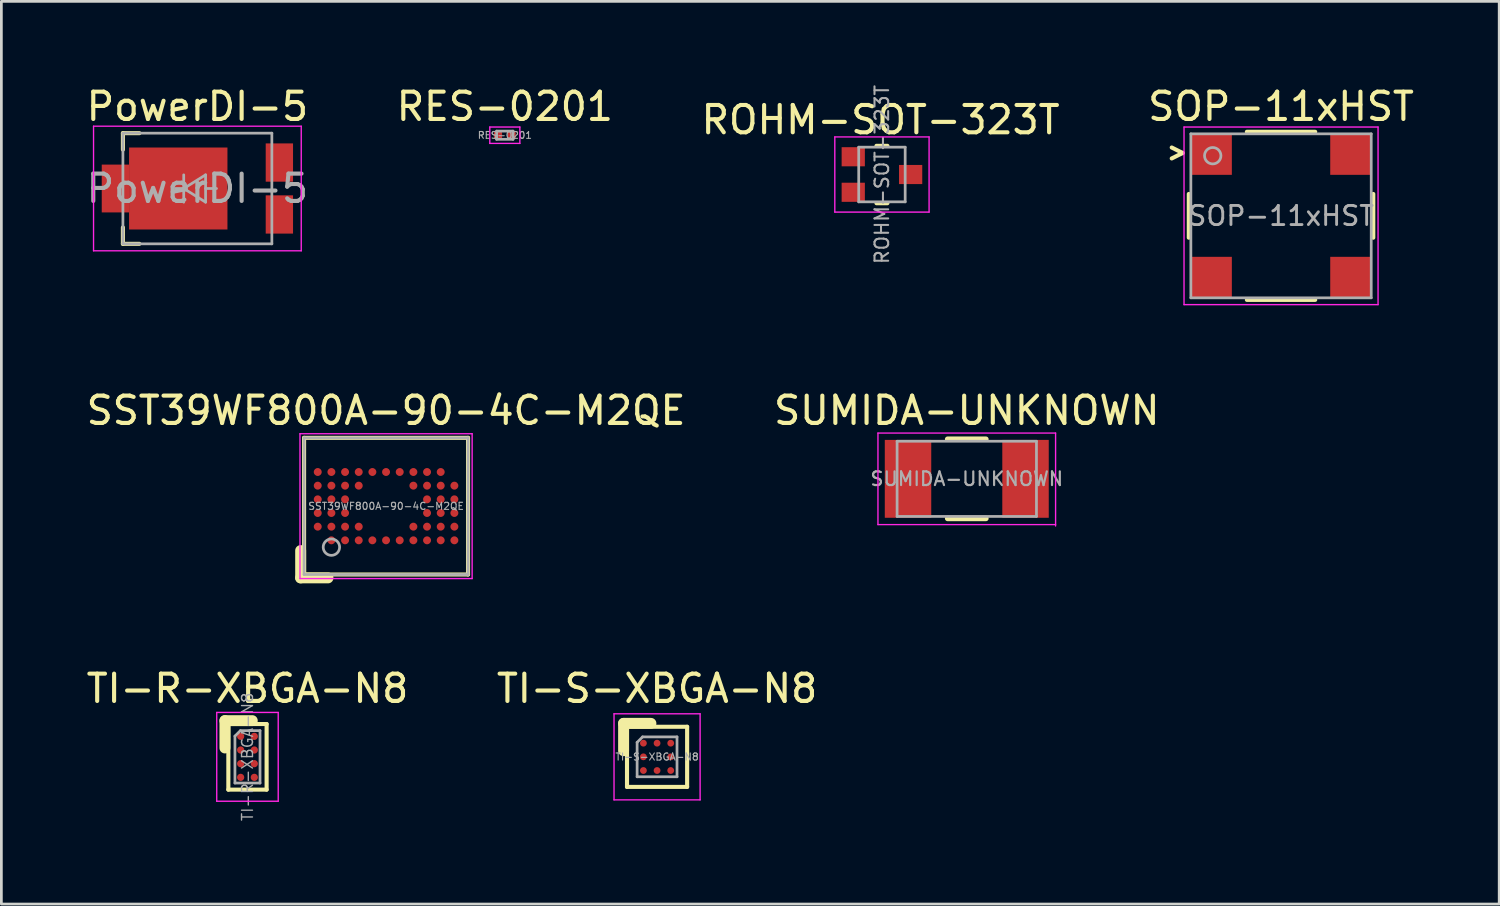
<source format=kicad_pcb>
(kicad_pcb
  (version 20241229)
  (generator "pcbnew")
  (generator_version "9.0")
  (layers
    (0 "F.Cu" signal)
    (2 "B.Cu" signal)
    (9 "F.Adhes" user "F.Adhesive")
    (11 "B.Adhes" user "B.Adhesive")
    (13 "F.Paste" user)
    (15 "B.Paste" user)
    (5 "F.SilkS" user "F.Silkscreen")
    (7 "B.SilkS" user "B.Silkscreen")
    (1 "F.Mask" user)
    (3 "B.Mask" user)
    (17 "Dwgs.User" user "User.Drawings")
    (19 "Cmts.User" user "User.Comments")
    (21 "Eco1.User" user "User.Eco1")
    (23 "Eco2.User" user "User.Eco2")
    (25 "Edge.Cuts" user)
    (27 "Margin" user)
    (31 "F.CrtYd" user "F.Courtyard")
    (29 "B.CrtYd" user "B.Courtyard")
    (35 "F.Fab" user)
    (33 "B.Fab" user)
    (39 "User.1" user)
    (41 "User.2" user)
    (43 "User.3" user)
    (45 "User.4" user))
  (footprint "SUMIDA-UNKNOWN"
    (layer "F.Cu")
    (at 32.327 14.472)
    (property "Reference" "SUMIDA-UNKNOWN" (at 0 -2.5 0) (layer "F.SilkS") (effects (font (size 1 1) (thickness 0.15))))
    (attr smd)
    (fp_line (start -0.7 -1.45) (end 0.7 -1.45) (stroke (width 0.2) (type default)) (layer "F.SilkS"))
    (fp_line (start -0.7 1.45) (end 0.7 1.45) (stroke (width 0.2) (type default)) (layer "F.SilkS"))
    (fp_line (start -3.25 -1.675) (end 3.25 -1.675) (stroke (width 0.05) (type solid)) (layer "F.CrtYd"))
    (fp_line (start -3.25 1.675) (end -3.25 -1.675) (stroke (width 0.05) (type solid)) (layer "F.CrtYd"))
    (fp_line (start 3.25 -1.675) (end 3.25 1.725) (stroke (width 0.05) (type solid)) (layer "F.CrtYd"))
    (fp_line (start 3.25 1.675) (end -3.25 1.675) (stroke (width 0.05) (type solid)) (layer "F.CrtYd"))
    (fp_line (start -2.55 -1.375) (end -2.55 1.375) (stroke (width 0.1) (type solid)) (layer "F.Fab"))
    (fp_line (start -2.55 -1.375) (end 2.55 -1.375) (stroke (width 0.1) (type solid)) (layer "F.Fab"))
    (fp_line (start -2.55 1.375) (end 2.55 1.375) (stroke (width 0.1) (type solid)) (layer "F.Fab"))
    (fp_line (start 2.55 -1.375) (end 2.55 1.375) (stroke (width 0.1) (type solid)) (layer "F.Fab"))
    (fp_text user "${REFERENCE}" (at 0 0 0) (layer "F.Fab") (effects (font (size 0.5 0.5) (thickness 0.08))))
    (pad "1" smd rect (at -2.15 0) (size 1.7 2.85) (layers "F.Cu" "F.Mask" "F.Paste"))
    (pad "2" smd rect (at 2.15 0) (size 1.7 2.85) (layers "F.Cu" "F.Mask" "F.Paste")))
  (footprint "PowerDI-5"
    (layer "F.Cu")
    (at 4.173 3.848)
    (property "Reference" "PowerDI-5" (at 0 -3 0) (layer "F.SilkS") (effects (font (size 1 1) (thickness 0.15))))
    (attr smd)
    (fp_line (start -2.725 -1.425) (end -2.725 -2.025) (stroke (width 0.15) (type solid)) (layer "F.SilkS"))
    (fp_line (start -2.725 1.425) (end -2.725 2.025) (stroke (width 0.15) (type solid)) (layer "F.SilkS"))
    (fp_line (start -2.125 -2.025) (end -2.725 -2.025) (stroke (width 0.15) (type solid)) (layer "F.SilkS"))
    (fp_line (start -2.125 2.025) (end -2.725 2.025) (stroke (width 0.15) (type solid)) (layer "F.SilkS"))
    (fp_line (start -3.8 -2.28) (end 3.8 -2.28) (stroke (width 0.05) (type solid)) (layer "F.CrtYd"))
    (fp_line (start -3.8 2.28) (end -3.8 -2.28) (stroke (width 0.05) (type solid)) (layer "F.CrtYd"))
    (fp_line (start 3.8 -2.28) (end 3.8 2.28) (stroke (width 0.05) (type solid)) (layer "F.CrtYd"))
    (fp_line (start 3.8 2.28) (end -3.8 2.28) (stroke (width 0.05) (type solid)) (layer "F.CrtYd"))
    (fp_line (start -2.725 -2.025) (end 2.725 -2.025) (stroke (width 0.1) (type solid)) (layer "F.Fab"))
    (fp_line (start -2.725 2.025) (end -2.725 -2.025) (stroke (width 0.1) (type solid)) (layer "F.Fab"))
    (fp_line (start -0.8 0) (end -0.5 0) (stroke (width 0.1) (type solid)) (layer "F.Fab"))
    (fp_line (start -0.5 0) (end -0.5 -0.5) (stroke (width 0.1) (type solid)) (layer "F.Fab"))
    (fp_line (start -0.5 0) (end -0.5 0.5) (stroke (width 0.1) (type solid)) (layer "F.Fab"))
    (fp_line (start -0.5 0) (end 0.3 0.5) (stroke (width 0.1) (type solid)) (layer "F.Fab"))
    (fp_line (start 0.3 -0.5) (end -0.5 0) (stroke (width 0.1) (type solid)) (layer "F.Fab"))
    (fp_line (start 0.3 0) (end 0.7 0) (stroke (width 0.1) (type solid)) (layer "F.Fab"))
    (fp_line (start 0.3 0.5) (end 0.3 -0.5) (stroke (width 0.1) (type solid)) (layer "F.Fab"))
    (fp_line (start 2.725 -2.025) (end 2.725 2.025) (stroke (width 0.1) (type solid)) (layer "F.Fab"))
    (fp_line (start 2.725 2.025) (end -2.725 2.025) (stroke (width 0.1) (type solid)) (layer "F.Fab"))
    (fp_text user "${REFERENCE}" (at 0 0 0) (layer "F.Fab") (effects (font (size 1 1) (thickness 0.15))))
    (pad "A" smd rect (at 3 -0.95) (size 1 1.4) (layers "F.Cu" "F.Mask" "F.Paste"))
    (pad "A" smd rect (at 3 0.95) (size 1 1.4) (layers "F.Cu" "F.Mask" "F.Paste"))
    (pad "K" smd rect (at -3 0) (size 1 1.75) (layers "F.Cu" "F.Mask" "F.Paste"))
    (pad "K" smd rect (at -0.7 0) (size 3.6 3) (layers "F.Cu" "F.Mask" "F.Paste")))
  (footprint "RES-0201"
    (layer "F.Cu")
    (at 15.423 1.898)
    (property "Reference" "RES-0201" (at 0 -1.05 0) (layer "F.SilkS") (effects (font (size 1 1) (thickness 0.15))))
    (attr smd)
    (fp_line (start -0.55 -0.3) (end 0.55 -0.3) (stroke (width 0.05) (type solid)) (layer "F.CrtYd"))
    (fp_line (start -0.55 0.3) (end -0.55 -0.3) (stroke (width 0.05) (type solid)) (layer "F.CrtYd"))
    (fp_line (start 0.55 -0.3) (end 0.55 0.3) (stroke (width 0.05) (type solid)) (layer "F.CrtYd"))
    (fp_line (start 0.55 0.3) (end -0.55 0.3) (stroke (width 0.05) (type solid)) (layer "F.CrtYd"))
    (fp_line (start -0.3 -0.15) (end 0.3 -0.15) (stroke (width 0.1) (type solid)) (layer "F.Fab"))
    (fp_line (start -0.3 0.15) (end -0.3 -0.15) (stroke (width 0.1) (type solid)) (layer "F.Fab"))
    (fp_line (start 0.3 -0.15) (end 0.3 0.15) (stroke (width 0.1) (type solid)) (layer "F.Fab"))
    (fp_line (start 0.3 0.15) (end -0.3 0.15) (stroke (width 0.1) (type solid)) (layer "F.Fab"))
    (fp_text user "${REFERENCE}" (at 0 0 0) (layer "F.Fab") (effects (font (size 0.25 0.25) (thickness 0.04))))
    (pad "1" smd roundrect (at -0.25 0) (size 0.3 0.3) (layers "F.Cu" "F.Mask" "F.Paste") (roundrect_rratio 0.25))
    (pad "2" smd roundrect (at 0.25 0) (size 0.3 0.3) (layers "F.Cu" "F.Mask" "F.Paste") (roundrect_rratio 0.25)))
  (footprint "SOP-11xHST"
    (layer "F.Cu")
    (at 43.827 4.848)
    (property "Reference" "SOP-11xHST" (at 0 -4 0) (layer "F.SilkS") (effects (font (size 1 1) (thickness 0.15))))
    (attr smd)
    (fp_line (start -4 -2.1) (end -3.6 -2.3) (stroke (width 0.15) (type default)) (layer "F.SilkS"))
    (fp_line (start -3.6 -2.3) (end -4 -2.5) (stroke (width 0.15) (type default)) (layer "F.SilkS"))
    (fp_line (start -3.375 -0.8) (end -3.375 0.8) (stroke (width 0.15) (type solid)) (layer "F.SilkS"))
    (fp_line (start 1.25 -3.075) (end -1.25 -3.075) (stroke (width 0.15) (type solid)) (layer "F.SilkS"))
    (fp_line (start 1.25 3.075) (end -1.25 3.075) (stroke (width 0.15) (type solid)) (layer "F.SilkS"))
    (fp_line (start 3.375 -0.8) (end 3.375 0.8) (stroke (width 0.15) (type solid)) (layer "F.SilkS"))
    (fp_line (start -3.55 -3.25) (end -3.55 3.25) (stroke (width 0.05) (type solid)) (layer "F.CrtYd"))
    (fp_line (start -3.55 3.25) (end 3.55 3.25) (stroke (width 0.05) (type solid)) (layer "F.CrtYd"))
    (fp_line (start 3.55 -3.25) (end -3.55 -3.25) (stroke (width 0.05) (type solid)) (layer "F.CrtYd"))
    (fp_line (start 3.55 3.25) (end 3.55 -3.25) (stroke (width 0.05) (type solid)) (layer "F.CrtYd"))
    (fp_line (start -3.3 -3) (end -3.3 3) (stroke (width 0.1) (type solid)) (layer "F.Fab"))
    (fp_line (start -3.3 3) (end 3.3 3) (stroke (width 0.1) (type solid)) (layer "F.Fab"))
    (fp_line (start 3.3 -3) (end -3.3 -3) (stroke (width 0.1) (type solid)) (layer "F.Fab"))
    (fp_line (start 3.3 3) (end 3.3 -3) (stroke (width 0.1) (type solid)) (layer "F.Fab"))
    (fp_circle (center -2.5 -2.2) (end -2.2 -2.2) (stroke (width 0.1) (type default)) (fill no) (layer "F.Fab"))
    (fp_text user "${REFERENCE}" (at 0 0 0) (layer "F.Fab") (effects (font (size 0.7 0.7) (thickness 0.105))))
    (pad "1" smd rect (at -2.55 -2.25) (size 1.5 1.5) (layers "F.Cu" "F.Mask" "F.Paste"))
    (pad "2" smd rect (at -2.55 2.25) (size 1.5 1.5) (layers "F.Cu" "F.Mask" "F.Paste"))
    (pad "3" smd rect (at 2.55 -2.25) (size 1.5 1.5) (layers "F.Cu" "F.Mask" "F.Paste"))
    (pad "4" smd rect (at 2.55 2.25) (size 1.5 1.5) (layers "F.Cu" "F.Mask" "F.Paste")))
  (footprint "TI-S-XBGA-N8"
    (layer "F.Cu")
    (at 20.994 24.645)
    (property "Reference" "TI-S-XBGA-N8" (at 0 -2.5 0) (layer "F.SilkS") (effects (font (size 1 1) (thickness 0.15))))
    (attr smd)
    (fp_line (start -1.225 -1.225) (end -1.225 -0.225) (stroke (width 0.4) (type solid)) (layer "F.SilkS"))
    (fp_line (start -1.225 -1.225) (end -0.225 -1.225) (stroke (width 0.4) (type solid)) (layer "F.SilkS"))
    (fp_line (start -1.1 -1.1) (end 1.1 -1.1) (stroke (width 0.15) (type solid)) (layer "F.SilkS"))
    (fp_line (start -1.1 1.1) (end -1.1 -1.1) (stroke (width 0.15) (type solid)) (layer "F.SilkS"))
    (fp_line (start -1.1 1.1) (end 1.1 1.1) (stroke (width 0.15) (type solid)) (layer "F.SilkS"))
    (fp_line (start 1.1 1.1) (end 1.1 -1.1) (stroke (width 0.15) (type solid)) (layer "F.SilkS"))
    (fp_line (start -1.575 -1.575) (end 1.575 -1.575) (stroke (width 0.05) (type solid)) (layer "F.CrtYd"))
    (fp_line (start -1.575 1.575) (end -1.575 -1.575) (stroke (width 0.05) (type solid)) (layer "F.CrtYd"))
    (fp_line (start 1.575 -1.575) (end 1.575 1.575) (stroke (width 0.05) (type solid)) (layer "F.CrtYd"))
    (fp_line (start 1.575 1.575) (end -1.575 1.575) (stroke (width 0.05) (type solid)) (layer "F.CrtYd"))
    (fp_line (start -0.73 -0.53) (end -0.53 -0.73) (stroke (width 0.1) (type default)) (layer "F.Fab"))
    (fp_line (start -0.73 0.73) (end -0.73 -0.53) (stroke (width 0.1) (type solid)) (layer "F.Fab"))
    (fp_line (start 0.73 -0.73) (end -0.53 -0.73) (stroke (width 0.1) (type solid)) (layer "F.Fab"))
    (fp_line (start 0.73 0.73) (end -0.73 0.73) (stroke (width 0.1) (type solid)) (layer "F.Fab"))
    (fp_line (start 0.73 0.73) (end 0.73 -0.73) (stroke (width 0.1) (type solid)) (layer "F.Fab"))
    (fp_text user "${REFERENCE}" (at 0 0 0) (layer "F.Fab") (effects (font (size 0.26 0.26) (thickness 0.04))))
    (pad "A1" smd circle (at -0.5 -0.5) (size 0.25 0.25) (layers "F.Cu" "F.Mask" "F.Paste"))
    (pad "A2" smd circle (at 0 -0.5) (size 0.25 0.25) (layers "F.Cu" "F.Mask" "F.Paste"))
    (pad "A3" smd circle (at 0.5 -0.5) (size 0.25 0.25) (layers "F.Cu" "F.Mask" "F.Paste"))
    (pad "B1" smd circle (at -0.5 0) (size 0.25 0.25) (layers "F.Cu" "F.Mask" "F.Paste"))
    (pad "B3" smd circle (at 0.5 0) (size 0.25 0.25) (layers "F.Cu" "F.Mask" "F.Paste"))
    (pad "C1" smd circle (at -0.5 0.5) (size 0.25 0.25) (layers "F.Cu" "F.Mask" "F.Paste"))
    (pad "C2" smd circle (at 0 0.5) (size 0.25 0.25) (layers "F.Cu" "F.Mask" "F.Paste"))
    (pad "C3" smd circle (at 0.5 0.5) (size 0.25 0.25) (layers "F.Cu" "F.Mask" "F.Paste")))
  (footprint "ROHM-SOT-323T"
    (layer "F.Cu")
    (at 29.223 3.336)
    (property "Reference" "ROHM-SOT-323T" (at -0.05 -2 0) (layer "F.SilkS") (effects (font (size 1 1) (thickness 0.15))))
    (attr smd)
    (fp_line (start -0.2 1.05) (end 0.2 1.05) (stroke (width 0.15) (type solid)) (layer "F.SilkS"))
    (fp_line (start 0.2 -1.05) (end -0.2 -1.05) (stroke (width 0.15) (type solid)) (layer "F.SilkS"))
    (fp_line (start -1.725 -1.375) (end 1.725 -1.375) (stroke (width 0.05) (type solid)) (layer "F.CrtYd"))
    (fp_line (start -1.725 1.375) (end -1.725 -1.375) (stroke (width 0.05) (type solid)) (layer "F.CrtYd"))
    (fp_line (start 1.725 -1.375) (end 1.725 1.375) (stroke (width 0.05) (type solid)) (layer "F.CrtYd"))
    (fp_line (start 1.725 1.375) (end -1.725 1.375) (stroke (width 0.05) (type solid)) (layer "F.CrtYd"))
    (fp_line (start -0.85 -1) (end -0.85 1) (stroke (width 0.1) (type solid)) (layer "F.Fab"))
    (fp_line (start 0.85 -1) (end -0.85 -1) (stroke (width 0.1) (type solid)) (layer "F.Fab"))
    (fp_line (start 0.85 -1) (end 0.85 1) (stroke (width 0.1) (type solid)) (layer "F.Fab"))
    (fp_line (start 0.85 1) (end -0.85 1) (stroke (width 0.1) (type solid)) (layer "F.Fab"))
    (fp_text user "${REFERENCE}" (at 0 0 90) (layer "F.Fab") (effects (font (size 0.5 0.5) (thickness 0.075))))
    (pad "1" smd rect (at -1.05 -0.65 90) (size 0.7 0.85) (layers "F.Cu" "F.Mask" "F.Paste"))
    (pad "2" smd rect (at -1.05 0.65 90) (size 0.7 0.85) (layers "F.Cu" "F.Mask" "F.Paste"))
    (pad "3" smd rect (at 1.05 0 90) (size 0.7 0.85) (layers "F.Cu" "F.Mask" "F.Paste")))
  (footprint "SST39WF800A-90-4C-M2QE"
    (layer "F.Cu")
    (at 11.077 15.472)
    (property "Reference" "SST39WF800A-90-4C-M2QE" (at 0 -3.5 0) (layer "F.SilkS") (effects (font (size 1 1) (thickness 0.15))))
    (attr smd)
    (fp_line (start -3.125 2.625) (end -3.125 1.625) (stroke (width 0.4) (type solid)) (layer "F.SilkS"))
    (fp_line (start -3.125 2.625) (end -2.125 2.625) (stroke (width 0.4) (type solid)) (layer "F.SilkS"))
    (fp_line (start -3 -2.5) (end 3 -2.5) (stroke (width 0.15) (type solid)) (layer "F.SilkS"))
    (fp_line (start -3 2.5) (end -3 -2.5) (stroke (width 0.15) (type solid)) (layer "F.SilkS"))
    (fp_line (start -3 2.5) (end 3 2.5) (stroke (width 0.15) (type solid)) (layer "F.SilkS"))
    (fp_line (start 3 2.5) (end 3 -2.5) (stroke (width 0.15) (type solid)) (layer "F.SilkS"))
    (fp_line (start -3.15 -2.65) (end 3.15 -2.65) (stroke (width 0.05) (type solid)) (layer "F.CrtYd"))
    (fp_line (start -3.15 2.65) (end -3.15 -2.65) (stroke (width 0.05) (type solid)) (layer "F.CrtYd"))
    (fp_line (start -3.15 2.65) (end 3.15 2.65) (stroke (width 0.05) (type solid)) (layer "F.CrtYd"))
    (fp_line (start 3.15 -2.65) (end 3.15 2.65) (stroke (width 0.05) (type solid)) (layer "F.CrtYd"))
    (fp_line (start -3 -2.5) (end 3 -2.5) (stroke (width 0.1) (type solid)) (layer "F.Fab"))
    (fp_line (start -3 2.5) (end -3 -2.5) (stroke (width 0.1) (type solid)) (layer "F.Fab"))
    (fp_line (start 3 -2.5) (end 3 2.5) (stroke (width 0.1) (type solid)) (layer "F.Fab"))
    (fp_line (start 3 2.5) (end -3 2.5) (stroke (width 0.1) (type solid)) (layer "F.Fab"))
    (fp_circle (center -2 1.5) (end -1.7 1.5) (stroke (width 0.1) (type default)) (fill no) (layer "F.Fab"))
    (fp_text user "${REFERENCE}" (at 0 0 0) (layer "F.Fab") (effects (font (size 0.26 0.26) (thickness 0.04))))
    (pad "A2" smd circle (at -2.5 0.75) (size 0.29 0.29) (layers "F.Cu" "F.Mask" "F.Paste"))
    (pad "A3" smd circle (at -2.5 0.25) (size 0.29 0.29) (layers "F.Cu" "F.Mask" "F.Paste"))
    (pad "A4" smd circle (at -2.5 -0.25) (size 0.29 0.29) (layers "F.Cu" "F.Mask" "F.Paste"))
    (pad "A5" smd circle (at -2.5 -0.75) (size 0.29 0.29) (layers "F.Cu" "F.Mask" "F.Paste"))
    (pad "A6" smd circle (at -2.5 -1.25) (size 0.29 0.29) (layers "F.Cu" "F.Mask" "F.Paste"))
    (pad "B1" smd circle (at -2 1.25) (size 0.29 0.29) (layers "F.Cu" "F.Mask" "F.Paste"))
    (pad "B2" smd circle (at -2 0.75) (size 0.29 0.29) (layers "F.Cu" "F.Mask" "F.Paste"))
    (pad "B3" smd circle (at -2 0.25) (size 0.29 0.29) (layers "F.Cu" "F.Mask" "F.Paste"))
    (pad "B4" smd circle (at -2 -0.25) (size 0.29 0.29) (layers "F.Cu" "F.Mask" "F.Paste"))
    (pad "B5" smd circle (at -2 -0.75) (size 0.29 0.29) (layers "F.Cu" "F.Mask" "F.Paste"))
    (pad "B6" smd circle (at -2 -1.25) (size 0.29 0.29) (layers "F.Cu" "F.Mask" "F.Paste"))
    (pad "C1" smd circle (at -1.5 1.25) (size 0.29 0.29) (layers "F.Cu" "F.Mask" "F.Paste"))
    (pad "C2" smd circle (at -1.5 0.75) (size 0.29 0.29) (layers "F.Cu" "F.Mask" "F.Paste"))
    (pad "C3" smd circle (at -1.5 0.25) (size 0.29 0.29) (layers "F.Cu" "F.Mask" "F.Paste"))
    (pad "C4" smd circle (at -1.5 -0.25) (size 0.29 0.29) (layers "F.Cu" "F.Mask" "F.Paste"))
    (pad "C5" smd circle (at -1.5 -0.75) (size 0.29 0.29) (layers "F.Cu" "F.Mask" "F.Paste"))
    (pad "C6" smd circle (at -1.5 -1.25) (size 0.29 0.29) (layers "F.Cu" "F.Mask" "F.Paste"))
    (pad "D1" smd circle (at -1 1.25) (size 0.29 0.29) (layers "F.Cu" "F.Mask" "F.Paste"))
    (pad "D2" smd circle (at -1 0.75) (size 0.29 0.29) (layers "F.Cu" "F.Mask" "F.Paste"))
    (pad "D5" smd circle (at -1 -0.75) (size 0.29 0.29) (layers "F.Cu" "F.Mask" "F.Paste"))
    (pad "D6" smd circle (at -1 -1.25) (size 0.29 0.29) (layers "F.Cu" "F.Mask" "F.Paste"))
    (pad "E1" smd circle (at -0.5 1.25) (size 0.29 0.29) (layers "F.Cu" "F.Mask" "F.Paste"))
    (pad "E6" smd circle (at -0.5 -1.25) (size 0.29 0.29) (layers "F.Cu" "F.Mask" "F.Paste"))
    (pad "F1" smd circle (at 0 1.25) (size 0.29 0.29) (layers "F.Cu" "F.Mask" "F.Paste"))
    (pad "F6" smd circle (at 0 -1.25) (size 0.29 0.29) (layers "F.Cu" "F.Mask" "F.Paste"))
    (pad "G1" smd circle (at 0.5 1.25) (size 0.29 0.29) (layers "F.Cu" "F.Mask" "F.Paste"))
    (pad "G6" smd circle (at 0.5 -1.25) (size 0.29 0.29) (layers "F.Cu" "F.Mask" "F.Paste"))
    (pad "H1" smd circle (at 1 1.25) (size 0.29 0.29) (layers "F.Cu" "F.Mask" "F.Paste"))
    (pad "H2" smd circle (at 1 0.75) (size 0.29 0.29) (layers "F.Cu" "F.Mask" "F.Paste"))
    (pad "H5" smd circle (at 1 -0.75) (size 0.29 0.29) (layers "F.Cu" "F.Mask" "F.Paste"))
    (pad "H6" smd circle (at 1 -1.25) (size 0.29 0.29) (layers "F.Cu" "F.Mask" "F.Paste"))
    (pad "J1" smd circle (at 1.5 1.25) (size 0.29 0.29) (layers "F.Cu" "F.Mask" "F.Paste"))
    (pad "J2" smd circle (at 1.5 0.75) (size 0.29 0.29) (layers "F.Cu" "F.Mask" "F.Paste"))
    (pad "J3" smd circle (at 1.5 0.25) (size 0.29 0.29) (layers "F.Cu" "F.Mask" "F.Paste"))
    (pad "J4" smd circle (at 1.5 -0.25) (size 0.29 0.29) (layers "F.Cu" "F.Mask" "F.Paste"))
    (pad "J5" smd circle (at 1.5 -0.75) (size 0.29 0.29) (layers "F.Cu" "F.Mask" "F.Paste"))
    (pad "J6" smd circle (at 1.5 -1.25) (size 0.29 0.29) (layers "F.Cu" "F.Mask" "F.Paste"))
    (pad "K1" smd circle (at 2 1.25) (size 0.29 0.29) (layers "F.Cu" "F.Mask" "F.Paste"))
    (pad "K2" smd circle (at 2 0.75) (size 0.29 0.29) (layers "F.Cu" "F.Mask" "F.Paste"))
    (pad "K3" smd circle (at 2 0.25) (size 0.29 0.29) (layers "F.Cu" "F.Mask" "F.Paste"))
    (pad "K4" smd circle (at 2 -0.25) (size 0.29 0.29) (layers "F.Cu" "F.Mask" "F.Paste"))
    (pad "K5" smd circle (at 2 -0.75) (size 0.29 0.29) (layers "F.Cu" "F.Mask" "F.Paste"))
    (pad "K6" smd circle (at 2 -1.25) (size 0.29 0.29) (layers "F.Cu" "F.Mask" "F.Paste"))
    (pad "L1" smd circle (at 2.5 1.25) (size 0.29 0.29) (layers "F.Cu" "F.Mask" "F.Paste"))
    (pad "L2" smd circle (at 2.5 0.75) (size 0.29 0.29) (layers "F.Cu" "F.Mask" "F.Paste"))
    (pad "L3" smd circle (at 2.5 0.25) (size 0.29 0.29) (layers "F.Cu" "F.Mask" "F.Paste"))
    (pad "L4" smd circle (at 2.5 -0.25) (size 0.29 0.29) (layers "F.Cu" "F.Mask" "F.Paste"))
    (pad "L5" smd circle (at 2.5 -0.75) (size 0.29 0.29) (layers "F.Cu" "F.Mask" "F.Paste")))
  (footprint "TI-R-XBGA-N8"
    (layer "F.Cu")
    (at 6.006 24.645)
    (property "Reference" "TI-R-XBGA-N8" (at 0 -2.5 0) (layer "F.SilkS") (effects (font (size 1 1) (thickness 0.15))))
    (attr smd)
    (fp_line (start -0.825 -1.325) (end -0.825 -0.325) (stroke (width 0.4) (type solid)) (layer "F.SilkS"))
    (fp_line (start -0.825 -1.325) (end 0.175 -1.325) (stroke (width 0.4) (type solid)) (layer "F.SilkS"))
    (fp_line (start -0.7 1.2) (end -0.7 -1.2) (stroke (width 0.15) (type solid)) (layer "F.SilkS"))
    (fp_line (start -0.7 1.2) (end 0.7 1.2) (stroke (width 0.15) (type solid)) (layer "F.SilkS"))
    (fp_line (start 0.7 -1.2) (end -0.7 -1.2) (stroke (width 0.15) (type solid)) (layer "F.SilkS"))
    (fp_line (start 0.7 -1.2) (end 0.7 1.2) (stroke (width 0.15) (type solid)) (layer "F.SilkS"))
    (fp_line (start -1.125 -1.625) (end -1.125 1.625) (stroke (width 0.05) (type solid)) (layer "F.CrtYd"))
    (fp_line (start 1.125 -1.625) (end -1.125 -1.625) (stroke (width 0.05) (type solid)) (layer "F.CrtYd"))
    (fp_line (start 1.125 -1.625) (end 1.125 1.625) (stroke (width 0.05) (type solid)) (layer "F.CrtYd"))
    (fp_line (start 1.125 1.625) (end -1.125 1.625) (stroke (width 0.05) (type solid)) (layer "F.CrtYd"))
    (fp_line (start -0.459 -0.759) (end -0.259 -0.959) (stroke (width 0.1) (type default)) (layer "F.Fab"))
    (fp_line (start -0.459 0.959) (end -0.459 -0.759) (stroke (width 0.1) (type solid)) (layer "F.Fab"))
    (fp_line (start 0.459 -0.959) (end -0.259 -0.959) (stroke (width 0.1) (type solid)) (layer "F.Fab"))
    (fp_line (start 0.459 0.959) (end -0.459 0.959) (stroke (width 0.1) (type solid)) (layer "F.Fab"))
    (fp_line (start 0.459 0.959) (end 0.459 -0.959) (stroke (width 0.1) (type solid)) (layer "F.Fab"))
    (fp_text user "${REFERENCE}" (at 0 0 90) (layer "F.Fab") (effects (font (size 0.4 0.4) (thickness 0.05))))
    (pad "A1" smd circle (at -0.25 -0.75) (size 0.265 0.265) (layers "F.Cu" "F.Mask" "F.Paste"))
    (pad "A2" smd circle (at 0.25 -0.75) (size 0.265 0.265) (layers "F.Cu" "F.Mask" "F.Paste"))
    (pad "B1" smd circle (at -0.25 -0.25) (size 0.265 0.265) (layers "F.Cu" "F.Mask" "F.Paste"))
    (pad "B2" smd circle (at 0.25 -0.25) (size 0.265 0.265) (layers "F.Cu" "F.Mask" "F.Paste"))
    (pad "C1" smd circle (at -0.25 0.25) (size 0.265 0.265) (layers "F.Cu" "F.Mask" "F.Paste"))
    (pad "C2" smd circle (at 0.25 0.25) (size 0.265 0.265) (layers "F.Cu" "F.Mask" "F.Paste"))
    (pad "D1" smd circle (at -0.25 0.75) (size 0.265 0.265) (layers "F.Cu" "F.Mask" "F.Paste"))
    (pad "D2" smd circle (at 0.25 0.75) (size 0.265 0.265) (layers "F.Cu" "F.Mask" "F.Paste")))
  (gr_rect
    (start -3 -3)
    (end 51.81 30.032)
    (stroke (width 0.1) (type default))
    (fill no)
    (layer "Edge.Cuts")))
</source>
